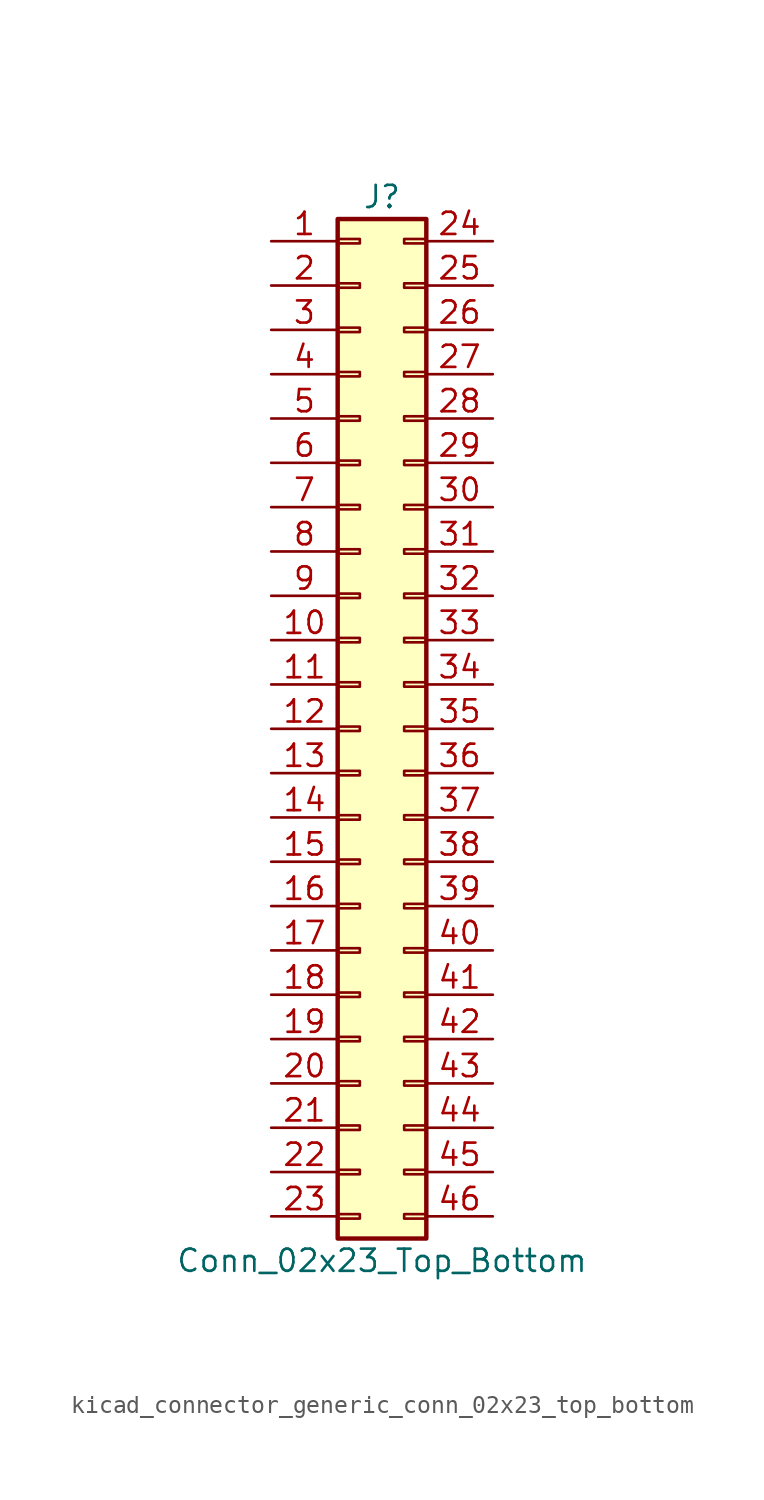
<source format=kicad_sym>
(kicad_symbol_lib
  (version 20220914)
  (generator kicad_symbol_editor)
  (symbol "kicad_connector_generic_conn_02x23_top_bottom"
    (pin_names
      (offset 1.016) hide)
    (property "Reference" "J"
      (at 1.27 30.48 0)
      (effects (font (size 1.27 1.27))))
    (property "Value" "Conn_02x23_Top_Bottom"
      (at 1.27 -30.48 0)
      (effects (font (size 1.27 1.27))))
    (symbol "kicad_connector_generic_conn_02x23_top_bottom_1_1"
      (rectangle (start -1.27 -27.813) (end 0 -28.067) (stroke (width 0.152) (type default)) (fill (type none)))
      (rectangle (start -1.27 -25.273) (end 0 -25.527) (stroke (width 0.152) (type default)) (fill (type none)))
      (rectangle (start -1.27 -22.733) (end 0 -22.987) (stroke (width 0.152) (type default)) (fill (type none)))
      (rectangle (start -1.27 -20.193) (end 0 -20.447) (stroke (width 0.152) (type default)) (fill (type none)))
      (rectangle (start -1.27 -17.653) (end 0 -17.907) (stroke (width 0.152) (type default)) (fill (type none)))
      (rectangle (start -1.27 -15.113) (end 0 -15.367) (stroke (width 0.152) (type default)) (fill (type none)))
      (rectangle (start -1.27 -12.573) (end 0 -12.827) (stroke (width 0.152) (type default)) (fill (type none)))
      (rectangle (start -1.27 -10.033) (end 0 -10.287) (stroke (width 0.152) (type default)) (fill (type none)))
      (rectangle (start -1.27 -7.493) (end 0 -7.747) (stroke (width 0.152) (type default)) (fill (type none)))
      (rectangle (start -1.27 -4.953) (end 0 -5.207) (stroke (width 0.152) (type default)) (fill (type none)))
      (rectangle (start -1.27 -2.413) (end 0 -2.667) (stroke (width 0.152) (type default)) (fill (type none)))
      (rectangle (start -1.27 0.127) (end 0 -0.127) (stroke (width 0.152) (type default)) (fill (type none)))
      (rectangle (start -1.27 2.667) (end 0 2.413) (stroke (width 0.152) (type default)) (fill (type none)))
      (rectangle (start -1.27 5.207) (end 0 4.953) (stroke (width 0.152) (type default)) (fill (type none)))
      (rectangle (start -1.27 7.747) (end 0 7.493) (stroke (width 0.152) (type default)) (fill (type none)))
      (rectangle (start -1.27 10.287) (end 0 10.033) (stroke (width 0.152) (type default)) (fill (type none)))
      (rectangle (start -1.27 12.827) (end 0 12.573) (stroke (width 0.152) (type default)) (fill (type none)))
      (rectangle (start -1.27 15.367) (end 0 15.113) (stroke (width 0.152) (type default)) (fill (type none)))
      (rectangle (start -1.27 17.907) (end 0 17.653) (stroke (width 0.152) (type default)) (fill (type none)))
      (rectangle (start -1.27 20.447) (end 0 20.193) (stroke (width 0.152) (type default)) (fill (type none)))
      (rectangle (start -1.27 22.987) (end 0 22.733) (stroke (width 0.152) (type default)) (fill (type none)))
      (rectangle (start -1.27 25.527) (end 0 25.273) (stroke (width 0.152) (type default)) (fill (type none)))
      (rectangle (start -1.27 28.067) (end 0 27.813) (stroke (width 0.152) (type default)) (fill (type none)))
      (rectangle (start -1.27 29.21) (end 3.81 -29.21) (stroke (width 0.254) (type default)) (fill (type background)))
      (rectangle (start 3.81 -27.813) (end 2.54 -28.067) (stroke (width 0.152) (type default)) (fill (type none)))
      (rectangle (start 3.81 -25.273) (end 2.54 -25.527) (stroke (width 0.152) (type default)) (fill (type none)))
      (rectangle (start 3.81 -22.733) (end 2.54 -22.987) (stroke (width 0.152) (type default)) (fill (type none)))
      (rectangle (start 3.81 -20.193) (end 2.54 -20.447) (stroke (width 0.152) (type default)) (fill (type none)))
      (rectangle (start 3.81 -17.653) (end 2.54 -17.907) (stroke (width 0.152) (type default)) (fill (type none)))
      (rectangle (start 3.81 -15.113) (end 2.54 -15.367) (stroke (width 0.152) (type default)) (fill (type none)))
      (rectangle (start 3.81 -12.573) (end 2.54 -12.827) (stroke (width 0.152) (type default)) (fill (type none)))
      (rectangle (start 3.81 -10.033) (end 2.54 -10.287) (stroke (width 0.152) (type default)) (fill (type none)))
      (rectangle (start 3.81 -7.493) (end 2.54 -7.747) (stroke (width 0.152) (type default)) (fill (type none)))
      (rectangle (start 3.81 -4.953) (end 2.54 -5.207) (stroke (width 0.152) (type default)) (fill (type none)))
      (rectangle (start 3.81 -2.413) (end 2.54 -2.667) (stroke (width 0.152) (type default)) (fill (type none)))
      (rectangle (start 3.81 0.127) (end 2.54 -0.127) (stroke (width 0.152) (type default)) (fill (type none)))
      (rectangle (start 3.81 2.667) (end 2.54 2.413) (stroke (width 0.152) (type default)) (fill (type none)))
      (rectangle (start 3.81 5.207) (end 2.54 4.953) (stroke (width 0.152) (type default)) (fill (type none)))
      (rectangle (start 3.81 7.747) (end 2.54 7.493) (stroke (width 0.152) (type default)) (fill (type none)))
      (rectangle (start 3.81 10.287) (end 2.54 10.033) (stroke (width 0.152) (type default)) (fill (type none)))
      (rectangle (start 3.81 12.827) (end 2.54 12.573) (stroke (width 0.152) (type default)) (fill (type none)))
      (rectangle (start 3.81 15.367) (end 2.54 15.113) (stroke (width 0.152) (type default)) (fill (type none)))
      (rectangle (start 3.81 17.907) (end 2.54 17.653) (stroke (width 0.152) (type default)) (fill (type none)))
      (rectangle (start 3.81 20.447) (end 2.54 20.193) (stroke (width 0.152) (type default)) (fill (type none)))
      (rectangle (start 3.81 22.987) (end 2.54 22.733) (stroke (width 0.152) (type default)) (fill (type none)))
      (rectangle (start 3.81 25.527) (end 2.54 25.273) (stroke (width 0.152) (type default)) (fill (type none)))
      (rectangle (start 3.81 28.067) (end 2.54 27.813) (stroke (width 0.152) (type default)) (fill (type none)))
      (pin passive line (at -5.08 27.94 0) (length 3.81) (name "Pin_1" (effects (font (size 1.27 1.27)))) (number "1" (effects (font (size 1.27 1.27)))))
      (pin passive line (at -5.08 5.08 0) (length 3.81) (name "Pin_10" (effects (font (size 1.27 1.27)))) (number "10" (effects (font (size 1.27 1.27)))))
      (pin passive line (at -5.08 2.54 0) (length 3.81) (name "Pin_11" (effects (font (size 1.27 1.27)))) (number "11" (effects (font (size 1.27 1.27)))))
      (pin passive line (at -5.08 0 0) (length 3.81) (name "Pin_12" (effects (font (size 1.27 1.27)))) (number "12" (effects (font (size 1.27 1.27)))))
      (pin passive line (at -5.08 -2.54 0) (length 3.81) (name "Pin_13" (effects (font (size 1.27 1.27)))) (number "13" (effects (font (size 1.27 1.27)))))
      (pin passive line (at -5.08 -5.08 0) (length 3.81) (name "Pin_14" (effects (font (size 1.27 1.27)))) (number "14" (effects (font (size 1.27 1.27)))))
      (pin passive line (at -5.08 -7.62 0) (length 3.81) (name "Pin_15" (effects (font (size 1.27 1.27)))) (number "15" (effects (font (size 1.27 1.27)))))
      (pin passive line (at -5.08 -10.16 0) (length 3.81) (name "Pin_16" (effects (font (size 1.27 1.27)))) (number "16" (effects (font (size 1.27 1.27)))))
      (pin passive line (at -5.08 -12.7 0) (length 3.81) (name "Pin_17" (effects (font (size 1.27 1.27)))) (number "17" (effects (font (size 1.27 1.27)))))
      (pin passive line (at -5.08 -15.24 0) (length 3.81) (name "Pin_18" (effects (font (size 1.27 1.27)))) (number "18" (effects (font (size 1.27 1.27)))))
      (pin passive line (at -5.08 -17.78 0) (length 3.81) (name "Pin_19" (effects (font (size 1.27 1.27)))) (number "19" (effects (font (size 1.27 1.27)))))
      (pin passive line (at -5.08 25.4 0) (length 3.81) (name "Pin_2" (effects (font (size 1.27 1.27)))) (number "2" (effects (font (size 1.27 1.27)))))
      (pin passive line (at -5.08 -20.32 0) (length 3.81) (name "Pin_20" (effects (font (size 1.27 1.27)))) (number "20" (effects (font (size 1.27 1.27)))))
      (pin passive line (at -5.08 -22.86 0) (length 3.81) (name "Pin_21" (effects (font (size 1.27 1.27)))) (number "21" (effects (font (size 1.27 1.27)))))
      (pin passive line (at -5.08 -25.4 0) (length 3.81) (name "Pin_22" (effects (font (size 1.27 1.27)))) (number "22" (effects (font (size 1.27 1.27)))))
      (pin passive line (at -5.08 -27.94 0) (length 3.81) (name "Pin_23" (effects (font (size 1.27 1.27)))) (number "23" (effects (font (size 1.27 1.27)))))
      (pin passive line (at 7.62 27.94 180) (length 3.81) (name "Pin_24" (effects (font (size 1.27 1.27)))) (number "24" (effects (font (size 1.27 1.27)))))
      (pin passive line (at 7.62 25.4 180) (length 3.81) (name "Pin_25" (effects (font (size 1.27 1.27)))) (number "25" (effects (font (size 1.27 1.27)))))
      (pin passive line (at 7.62 22.86 180) (length 3.81) (name "Pin_26" (effects (font (size 1.27 1.27)))) (number "26" (effects (font (size 1.27 1.27)))))
      (pin passive line (at 7.62 20.32 180) (length 3.81) (name "Pin_27" (effects (font (size 1.27 1.27)))) (number "27" (effects (font (size 1.27 1.27)))))
      (pin passive line (at 7.62 17.78 180) (length 3.81) (name "Pin_28" (effects (font (size 1.27 1.27)))) (number "28" (effects (font (size 1.27 1.27)))))
      (pin passive line (at 7.62 15.24 180) (length 3.81) (name "Pin_29" (effects (font (size 1.27 1.27)))) (number "29" (effects (font (size 1.27 1.27)))))
      (pin passive line (at -5.08 22.86 0) (length 3.81) (name "Pin_3" (effects (font (size 1.27 1.27)))) (number "3" (effects (font (size 1.27 1.27)))))
      (pin passive line (at 7.62 12.7 180) (length 3.81) (name "Pin_30" (effects (font (size 1.27 1.27)))) (number "30" (effects (font (size 1.27 1.27)))))
      (pin passive line (at 7.62 10.16 180) (length 3.81) (name "Pin_31" (effects (font (size 1.27 1.27)))) (number "31" (effects (font (size 1.27 1.27)))))
      (pin passive line (at 7.62 7.62 180) (length 3.81) (name "Pin_32" (effects (font (size 1.27 1.27)))) (number "32" (effects (font (size 1.27 1.27)))))
      (pin passive line (at 7.62 5.08 180) (length 3.81) (name "Pin_33" (effects (font (size 1.27 1.27)))) (number "33" (effects (font (size 1.27 1.27)))))
      (pin passive line (at 7.62 2.54 180) (length 3.81) (name "Pin_34" (effects (font (size 1.27 1.27)))) (number "34" (effects (font (size 1.27 1.27)))))
      (pin passive line (at 7.62 0 180) (length 3.81) (name "Pin_35" (effects (font (size 1.27 1.27)))) (number "35" (effects (font (size 1.27 1.27)))))
      (pin passive line (at 7.62 -2.54 180) (length 3.81) (name "Pin_36" (effects (font (size 1.27 1.27)))) (number "36" (effects (font (size 1.27 1.27)))))
      (pin passive line (at 7.62 -5.08 180) (length 3.81) (name "Pin_37" (effects (font (size 1.27 1.27)))) (number "37" (effects (font (size 1.27 1.27)))))
      (pin passive line (at 7.62 -7.62 180) (length 3.81) (name "Pin_38" (effects (font (size 1.27 1.27)))) (number "38" (effects (font (size 1.27 1.27)))))
      (pin passive line (at 7.62 -10.16 180) (length 3.81) (name "Pin_39" (effects (font (size 1.27 1.27)))) (number "39" (effects (font (size 1.27 1.27)))))
      (pin passive line (at -5.08 20.32 0) (length 3.81) (name "Pin_4" (effects (font (size 1.27 1.27)))) (number "4" (effects (font (size 1.27 1.27)))))
      (pin passive line (at 7.62 -12.7 180) (length 3.81) (name "Pin_40" (effects (font (size 1.27 1.27)))) (number "40" (effects (font (size 1.27 1.27)))))
      (pin passive line (at 7.62 -15.24 180) (length 3.81) (name "Pin_41" (effects (font (size 1.27 1.27)))) (number "41" (effects (font (size 1.27 1.27)))))
      (pin passive line (at 7.62 -17.78 180) (length 3.81) (name "Pin_42" (effects (font (size 1.27 1.27)))) (number "42" (effects (font (size 1.27 1.27)))))
      (pin passive line (at 7.62 -20.32 180) (length 3.81) (name "Pin_43" (effects (font (size 1.27 1.27)))) (number "43" (effects (font (size 1.27 1.27)))))
      (pin passive line (at 7.62 -22.86 180) (length 3.81) (name "Pin_44" (effects (font (size 1.27 1.27)))) (number "44" (effects (font (size 1.27 1.27)))))
      (pin passive line (at 7.62 -25.4 180) (length 3.81) (name "Pin_45" (effects (font (size 1.27 1.27)))) (number "45" (effects (font (size 1.27 1.27)))))
      (pin passive line (at 7.62 -27.94 180) (length 3.81) (name "Pin_46" (effects (font (size 1.27 1.27)))) (number "46" (effects (font (size 1.27 1.27)))))
      (pin passive line (at -5.08 17.78 0) (length 3.81) (name "Pin_5" (effects (font (size 1.27 1.27)))) (number "5" (effects (font (size 1.27 1.27)))))
      (pin passive line (at -5.08 15.24 0) (length 3.81) (name "Pin_6" (effects (font (size 1.27 1.27)))) (number "6" (effects (font (size 1.27 1.27)))))
      (pin passive line (at -5.08 12.7 0) (length 3.81) (name "Pin_7" (effects (font (size 1.27 1.27)))) (number "7" (effects (font (size 1.27 1.27)))))
      (pin passive line (at -5.08 10.16 0) (length 3.81) (name "Pin_8" (effects (font (size 1.27 1.27)))) (number "8" (effects (font (size 1.27 1.27)))))
      (pin passive line (at -5.08 7.62 0) (length 3.81) (name "Pin_9" (effects (font (size 1.27 1.27)))) (number "9" (effects (font (size 1.27 1.27))))))))
</source>
